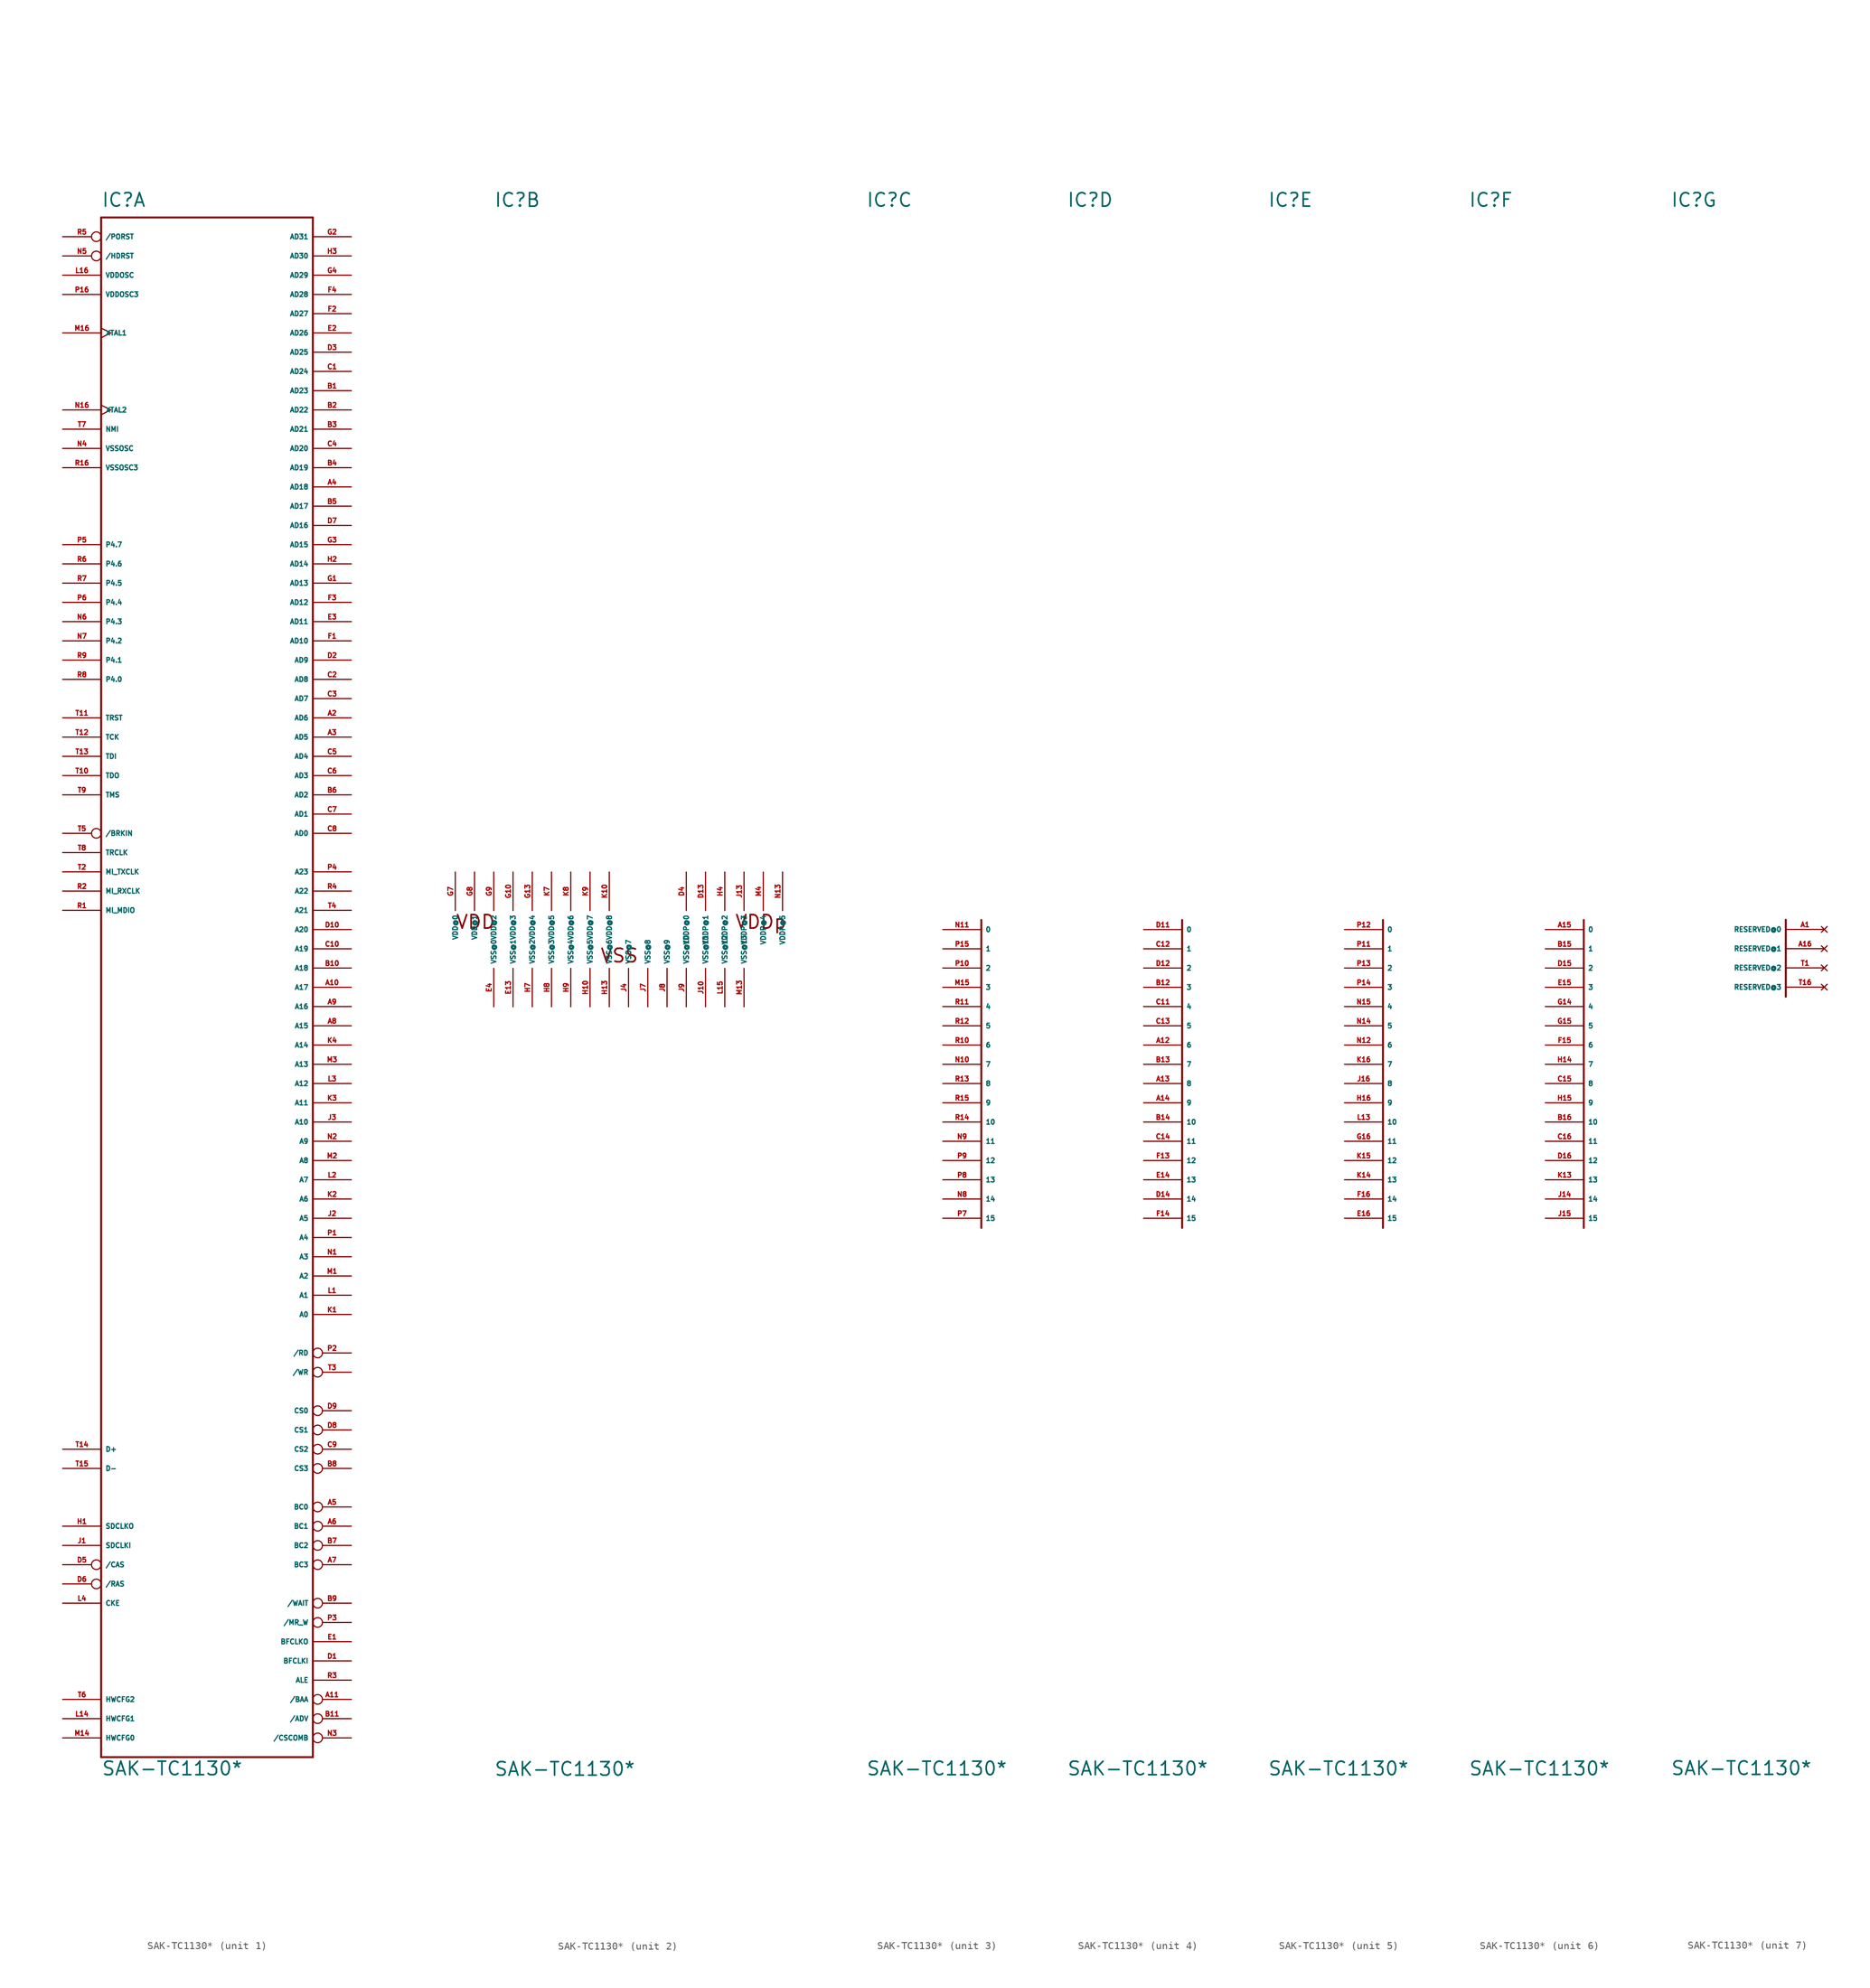
<source format=kicad_sym>
(kicad_symbol_lib
  (version 20220914)
  (generator Eagle2Kicad)
  (symbol "SAK-TC1130*"
    (property "Reference" "IC"
      (at -15.24 95.25 0)
      (effects (font (size 1.778 1.778) (thickness 0.22)) (justify left bottom)))
    (property "Value" "SAK-TC1130*"
      (at -15.24 -111.76 0)
      (effects (font (size 1.778 1.778) (thickness 0.22)) (justify left bottom)))
    (symbol "SAK-TC1130*_1_0"
      (polyline (pts (xy 12.7 93.98) (xy 12.7 -109.22)) (stroke (width 0.254) (type default)) (fill (type none)))
      (polyline (pts (xy 12.7 -109.22) (xy -15.24 -109.22)) (stroke (width 0.254) (type default)) (fill (type none)))
      (polyline (pts (xy -15.24 -109.22) (xy -15.24 93.98)) (stroke (width 0.254) (type default)) (fill (type none)))
      (polyline (pts (xy -15.24 93.98) (xy 12.7 93.98)) (stroke (width 0.254) (type default)) (fill (type none)))
      (pin bidirectional line (at 17.78 12.7 180) (length 5.08) (name "AD0" (effects (font (size 0.635 0.635) (thickness 0.08)) (justify left bottom))) (number "C8" (effects (font (size 0.635 0.635) (thickness 0.08)) (justify left bottom))))
      (pin bidirectional line (at 17.78 15.24 180) (length 5.08) (name "AD1" (effects (font (size 0.635 0.635) (thickness 0.08)) (justify left bottom))) (number "C7" (effects (font (size 0.635 0.635) (thickness 0.08)) (justify left bottom))))
      (pin bidirectional line (at 17.78 17.78 180) (length 5.08) (name "AD2" (effects (font (size 0.635 0.635) (thickness 0.08)) (justify left bottom))) (number "B6" (effects (font (size 0.635 0.635) (thickness 0.08)) (justify left bottom))))
      (pin bidirectional line (at 17.78 20.32 180) (length 5.08) (name "AD3" (effects (font (size 0.635 0.635) (thickness 0.08)) (justify left bottom))) (number "C6" (effects (font (size 0.635 0.635) (thickness 0.08)) (justify left bottom))))
      (pin bidirectional line (at 17.78 22.86 180) (length 5.08) (name "AD4" (effects (font (size 0.635 0.635) (thickness 0.08)) (justify left bottom))) (number "C5" (effects (font (size 0.635 0.635) (thickness 0.08)) (justify left bottom))))
      (pin bidirectional line (at 17.78 25.4 180) (length 5.08) (name "AD5" (effects (font (size 0.635 0.635) (thickness 0.08)) (justify left bottom))) (number "A3" (effects (font (size 0.635 0.635) (thickness 0.08)) (justify left bottom))))
      (pin bidirectional line (at 17.78 27.94 180) (length 5.08) (name "AD6" (effects (font (size 0.635 0.635) (thickness 0.08)) (justify left bottom))) (number "A2" (effects (font (size 0.635 0.635) (thickness 0.08)) (justify left bottom))))
      (pin bidirectional line (at 17.78 30.48 180) (length 5.08) (name "AD7" (effects (font (size 0.635 0.635) (thickness 0.08)) (justify left bottom))) (number "C3" (effects (font (size 0.635 0.635) (thickness 0.08)) (justify left bottom))))
      (pin bidirectional line (at 17.78 33.02 180) (length 5.08) (name "AD8" (effects (font (size 0.635 0.635) (thickness 0.08)) (justify left bottom))) (number "C2" (effects (font (size 0.635 0.635) (thickness 0.08)) (justify left bottom))))
      (pin bidirectional line (at 17.78 35.56 180) (length 5.08) (name "AD9" (effects (font (size 0.635 0.635) (thickness 0.08)) (justify left bottom))) (number "D2" (effects (font (size 0.635 0.635) (thickness 0.08)) (justify left bottom))))
      (pin bidirectional line (at 17.78 38.1 180) (length 5.08) (name "AD10" (effects (font (size 0.635 0.635) (thickness 0.08)) (justify left bottom))) (number "F1" (effects (font (size 0.635 0.635) (thickness 0.08)) (justify left bottom))))
      (pin bidirectional line (at 17.78 40.64 180) (length 5.08) (name "AD11" (effects (font (size 0.635 0.635) (thickness 0.08)) (justify left bottom))) (number "E3" (effects (font (size 0.635 0.635) (thickness 0.08)) (justify left bottom))))
      (pin bidirectional line (at 17.78 43.18 180) (length 5.08) (name "AD12" (effects (font (size 0.635 0.635) (thickness 0.08)) (justify left bottom))) (number "F3" (effects (font (size 0.635 0.635) (thickness 0.08)) (justify left bottom))))
      (pin bidirectional line (at 17.78 45.72 180) (length 5.08) (name "AD13" (effects (font (size 0.635 0.635) (thickness 0.08)) (justify left bottom))) (number "G1" (effects (font (size 0.635 0.635) (thickness 0.08)) (justify left bottom))))
      (pin bidirectional line (at 17.78 48.26 180) (length 5.08) (name "AD14" (effects (font (size 0.635 0.635) (thickness 0.08)) (justify left bottom))) (number "H2" (effects (font (size 0.635 0.635) (thickness 0.08)) (justify left bottom))))
      (pin bidirectional line (at 17.78 50.8 180) (length 5.08) (name "AD15" (effects (font (size 0.635 0.635) (thickness 0.08)) (justify left bottom))) (number "G3" (effects (font (size 0.635 0.635) (thickness 0.08)) (justify left bottom))))
      (pin bidirectional line (at 17.78 53.34 180) (length 5.08) (name "AD16" (effects (font (size 0.635 0.635) (thickness 0.08)) (justify left bottom))) (number "D7" (effects (font (size 0.635 0.635) (thickness 0.08)) (justify left bottom))))
      (pin bidirectional line (at 17.78 55.88 180) (length 5.08) (name "AD17" (effects (font (size 0.635 0.635) (thickness 0.08)) (justify left bottom))) (number "B5" (effects (font (size 0.635 0.635) (thickness 0.08)) (justify left bottom))))
      (pin bidirectional line (at 17.78 58.42 180) (length 5.08) (name "AD18" (effects (font (size 0.635 0.635) (thickness 0.08)) (justify left bottom))) (number "A4" (effects (font (size 0.635 0.635) (thickness 0.08)) (justify left bottom))))
      (pin bidirectional line (at 17.78 60.96 180) (length 5.08) (name "AD19" (effects (font (size 0.635 0.635) (thickness 0.08)) (justify left bottom))) (number "B4" (effects (font (size 0.635 0.635) (thickness 0.08)) (justify left bottom))))
      (pin bidirectional line (at 17.78 63.5 180) (length 5.08) (name "AD20" (effects (font (size 0.635 0.635) (thickness 0.08)) (justify left bottom))) (number "C4" (effects (font (size 0.635 0.635) (thickness 0.08)) (justify left bottom))))
      (pin bidirectional line (at 17.78 66.04 180) (length 5.08) (name "AD21" (effects (font (size 0.635 0.635) (thickness 0.08)) (justify left bottom))) (number "B3" (effects (font (size 0.635 0.635) (thickness 0.08)) (justify left bottom))))
      (pin bidirectional line (at 17.78 68.58 180) (length 5.08) (name "AD22" (effects (font (size 0.635 0.635) (thickness 0.08)) (justify left bottom))) (number "B2" (effects (font (size 0.635 0.635) (thickness 0.08)) (justify left bottom))))
      (pin bidirectional line (at 17.78 71.12 180) (length 5.08) (name "AD23" (effects (font (size 0.635 0.635) (thickness 0.08)) (justify left bottom))) (number "B1" (effects (font (size 0.635 0.635) (thickness 0.08)) (justify left bottom))))
      (pin bidirectional line (at 17.78 73.66 180) (length 5.08) (name "AD24" (effects (font (size 0.635 0.635) (thickness 0.08)) (justify left bottom))) (number "C1" (effects (font (size 0.635 0.635) (thickness 0.08)) (justify left bottom))))
      (pin bidirectional line (at 17.78 76.2 180) (length 5.08) (name "AD25" (effects (font (size 0.635 0.635) (thickness 0.08)) (justify left bottom))) (number "D3" (effects (font (size 0.635 0.635) (thickness 0.08)) (justify left bottom))))
      (pin bidirectional line (at 17.78 78.74 180) (length 5.08) (name "AD26" (effects (font (size 0.635 0.635) (thickness 0.08)) (justify left bottom))) (number "E2" (effects (font (size 0.635 0.635) (thickness 0.08)) (justify left bottom))))
      (pin bidirectional line (at 17.78 81.28 180) (length 5.08) (name "AD27" (effects (font (size 0.635 0.635) (thickness 0.08)) (justify left bottom))) (number "F2" (effects (font (size 0.635 0.635) (thickness 0.08)) (justify left bottom))))
      (pin bidirectional line (at 17.78 83.82 180) (length 5.08) (name "AD28" (effects (font (size 0.635 0.635) (thickness 0.08)) (justify left bottom))) (number "F4" (effects (font (size 0.635 0.635) (thickness 0.08)) (justify left bottom))))
      (pin bidirectional line (at 17.78 86.36 180) (length 5.08) (name "AD29" (effects (font (size 0.635 0.635) (thickness 0.08)) (justify left bottom))) (number "G4" (effects (font (size 0.635 0.635) (thickness 0.08)) (justify left bottom))))
      (pin bidirectional line (at 17.78 88.9 180) (length 5.08) (name "AD30" (effects (font (size 0.635 0.635) (thickness 0.08)) (justify left bottom))) (number "H3" (effects (font (size 0.635 0.635) (thickness 0.08)) (justify left bottom))))
      (pin bidirectional line (at 17.78 91.44 180) (length 5.08) (name "AD31" (effects (font (size 0.635 0.635) (thickness 0.08)) (justify left bottom))) (number "G2" (effects (font (size 0.635 0.635) (thickness 0.08)) (justify left bottom))))
      (pin bidirectional line (at 17.78 -50.8 180) (length 5.08) (name "A0" (effects (font (size 0.635 0.635) (thickness 0.08)) (justify left bottom))) (number "K1" (effects (font (size 0.635 0.635) (thickness 0.08)) (justify left bottom))))
      (pin bidirectional line (at 17.78 -48.26 180) (length 5.08) (name "A1" (effects (font (size 0.635 0.635) (thickness 0.08)) (justify left bottom))) (number "L1" (effects (font (size 0.635 0.635) (thickness 0.08)) (justify left bottom))))
      (pin bidirectional line (at 17.78 -45.72 180) (length 5.08) (name "A2" (effects (font (size 0.635 0.635) (thickness 0.08)) (justify left bottom))) (number "M1" (effects (font (size 0.635 0.635) (thickness 0.08)) (justify left bottom))))
      (pin bidirectional line (at 17.78 -43.18 180) (length 5.08) (name "A3" (effects (font (size 0.635 0.635) (thickness 0.08)) (justify left bottom))) (number "N1" (effects (font (size 0.635 0.635) (thickness 0.08)) (justify left bottom))))
      (pin bidirectional line (at 17.78 -40.64 180) (length 5.08) (name "A4" (effects (font (size 0.635 0.635) (thickness 0.08)) (justify left bottom))) (number "P1" (effects (font (size 0.635 0.635) (thickness 0.08)) (justify left bottom))))
      (pin bidirectional line (at 17.78 -38.1 180) (length 5.08) (name "A5" (effects (font (size 0.635 0.635) (thickness 0.08)) (justify left bottom))) (number "J2" (effects (font (size 0.635 0.635) (thickness 0.08)) (justify left bottom))))
      (pin bidirectional line (at 17.78 -35.56 180) (length 5.08) (name "A6" (effects (font (size 0.635 0.635) (thickness 0.08)) (justify left bottom))) (number "K2" (effects (font (size 0.635 0.635) (thickness 0.08)) (justify left bottom))))
      (pin bidirectional line (at 17.78 -33.02 180) (length 5.08) (name "A7" (effects (font (size 0.635 0.635) (thickness 0.08)) (justify left bottom))) (number "L2" (effects (font (size 0.635 0.635) (thickness 0.08)) (justify left bottom))))
      (pin bidirectional line (at 17.78 -30.48 180) (length 5.08) (name "A8" (effects (font (size 0.635 0.635) (thickness 0.08)) (justify left bottom))) (number "M2" (effects (font (size 0.635 0.635) (thickness 0.08)) (justify left bottom))))
      (pin bidirectional line (at 17.78 -27.94 180) (length 5.08) (name "A9" (effects (font (size 0.635 0.635) (thickness 0.08)) (justify left bottom))) (number "N2" (effects (font (size 0.635 0.635) (thickness 0.08)) (justify left bottom))))
      (pin bidirectional line (at 17.78 -25.4 180) (length 5.08) (name "A10" (effects (font (size 0.635 0.635) (thickness 0.08)) (justify left bottom))) (number "J3" (effects (font (size 0.635 0.635) (thickness 0.08)) (justify left bottom))))
      (pin bidirectional line (at 17.78 -22.86 180) (length 5.08) (name "A11" (effects (font (size 0.635 0.635) (thickness 0.08)) (justify left bottom))) (number "K3" (effects (font (size 0.635 0.635) (thickness 0.08)) (justify left bottom))))
      (pin bidirectional line (at 17.78 -20.32 180) (length 5.08) (name "A12" (effects (font (size 0.635 0.635) (thickness 0.08)) (justify left bottom))) (number "L3" (effects (font (size 0.635 0.635) (thickness 0.08)) (justify left bottom))))
      (pin bidirectional line (at 17.78 -17.78 180) (length 5.08) (name "A13" (effects (font (size 0.635 0.635) (thickness 0.08)) (justify left bottom))) (number "M3" (effects (font (size 0.635 0.635) (thickness 0.08)) (justify left bottom))))
      (pin bidirectional line (at 17.78 -15.24 180) (length 5.08) (name "A14" (effects (font (size 0.635 0.635) (thickness 0.08)) (justify left bottom))) (number "K4" (effects (font (size 0.635 0.635) (thickness 0.08)) (justify left bottom))))
      (pin bidirectional line (at 17.78 -12.7 180) (length 5.08) (name "A15" (effects (font (size 0.635 0.635) (thickness 0.08)) (justify left bottom))) (number "A8" (effects (font (size 0.635 0.635) (thickness 0.08)) (justify left bottom))))
      (pin bidirectional line (at 17.78 -10.16 180) (length 5.08) (name "A16" (effects (font (size 0.635 0.635) (thickness 0.08)) (justify left bottom))) (number "A9" (effects (font (size 0.635 0.635) (thickness 0.08)) (justify left bottom))))
      (pin bidirectional line (at 17.78 -7.62 180) (length 5.08) (name "A17" (effects (font (size 0.635 0.635) (thickness 0.08)) (justify left bottom))) (number "A10" (effects (font (size 0.635 0.635) (thickness 0.08)) (justify left bottom))))
      (pin bidirectional line (at 17.78 -5.08 180) (length 5.08) (name "A18" (effects (font (size 0.635 0.635) (thickness 0.08)) (justify left bottom))) (number "B10" (effects (font (size 0.635 0.635) (thickness 0.08)) (justify left bottom))))
      (pin bidirectional line (at 17.78 -2.54 180) (length 5.08) (name "A19" (effects (font (size 0.635 0.635) (thickness 0.08)) (justify left bottom))) (number "C10" (effects (font (size 0.635 0.635) (thickness 0.08)) (justify left bottom))))
      (pin bidirectional line (at 17.78 0 180) (length 5.08) (name "A20" (effects (font (size 0.635 0.635) (thickness 0.08)) (justify left bottom))) (number "D10" (effects (font (size 0.635 0.635) (thickness 0.08)) (justify left bottom))))
      (pin bidirectional line (at 17.78 2.54 180) (length 5.08) (name "A21" (effects (font (size 0.635 0.635) (thickness 0.08)) (justify left bottom))) (number "T4" (effects (font (size 0.635 0.635) (thickness 0.08)) (justify left bottom))))
      (pin bidirectional line (at 17.78 5.08 180) (length 5.08) (name "A22" (effects (font (size 0.635 0.635) (thickness 0.08)) (justify left bottom))) (number "R4" (effects (font (size 0.635 0.635) (thickness 0.08)) (justify left bottom))))
      (pin bidirectional line (at 17.78 7.62 180) (length 5.08) (name "A23" (effects (font (size 0.635 0.635) (thickness 0.08)) (justify left bottom))) (number "P4" (effects (font (size 0.635 0.635) (thickness 0.08)) (justify left bottom))))
      (pin bidirectional clock (at -20.32 78.74 0) (length 5.08) (name "XTAL1" (effects (font (size 0.635 0.635) (thickness 0.08)) (justify left bottom))) (number "M16" (effects (font (size 0.635 0.635) (thickness 0.08)) (justify left bottom))))
      (pin bidirectional clock (at -20.32 68.58 0) (length 5.08) (name "XTAL2" (effects (font (size 0.635 0.635) (thickness 0.08)) (justify left bottom))) (number "N16" (effects (font (size 0.635 0.635) (thickness 0.08)) (justify left bottom))))
      (pin bidirectional line (at -20.32 66.04 0) (length 5.08) (name "NMI" (effects (font (size 0.635 0.635) (thickness 0.08)) (justify left bottom))) (number "T7" (effects (font (size 0.635 0.635) (thickness 0.08)) (justify left bottom))))
      (pin bidirectional inverted (at 17.78 -55.88 180) (length 5.08) (name "/RD" (effects (font (size 0.635 0.635) (thickness 0.08)) (justify left bottom))) (number "P2" (effects (font (size 0.635 0.635) (thickness 0.08)) (justify left bottom))))
      (pin bidirectional inverted (at 17.78 -58.42 180) (length 5.08) (name "/WR" (effects (font (size 0.635 0.635) (thickness 0.08)) (justify left bottom))) (number "T3" (effects (font (size 0.635 0.635) (thickness 0.08)) (justify left bottom))))
      (pin bidirectional inverted (at 17.78 -63.5 180) (length 5.08) (name "CS0" (effects (font (size 0.635 0.635) (thickness 0.08)) (justify left bottom))) (number "D9" (effects (font (size 0.635 0.635) (thickness 0.08)) (justify left bottom))))
      (pin bidirectional inverted (at 17.78 -66.04 180) (length 5.08) (name "CS1" (effects (font (size 0.635 0.635) (thickness 0.08)) (justify left bottom))) (number "D8" (effects (font (size 0.635 0.635) (thickness 0.08)) (justify left bottom))))
      (pin bidirectional inverted (at 17.78 -68.58 180) (length 5.08) (name "CS2" (effects (font (size 0.635 0.635) (thickness 0.08)) (justify left bottom))) (number "C9" (effects (font (size 0.635 0.635) (thickness 0.08)) (justify left bottom))))
      (pin bidirectional inverted (at 17.78 -71.12 180) (length 5.08) (name "CS3" (effects (font (size 0.635 0.635) (thickness 0.08)) (justify left bottom))) (number "B8" (effects (font (size 0.635 0.635) (thickness 0.08)) (justify left bottom))))
      (pin bidirectional inverted (at 17.78 -76.2 180) (length 5.08) (name "BC0" (effects (font (size 0.635 0.635) (thickness 0.08)) (justify left bottom))) (number "A5" (effects (font (size 0.635 0.635) (thickness 0.08)) (justify left bottom))))
      (pin bidirectional inverted (at 17.78 -78.74 180) (length 5.08) (name "BC1" (effects (font (size 0.635 0.635) (thickness 0.08)) (justify left bottom))) (number "A6" (effects (font (size 0.635 0.635) (thickness 0.08)) (justify left bottom))))
      (pin bidirectional inverted (at 17.78 -81.28 180) (length 5.08) (name "BC2" (effects (font (size 0.635 0.635) (thickness 0.08)) (justify left bottom))) (number "B7" (effects (font (size 0.635 0.635) (thickness 0.08)) (justify left bottom))))
      (pin bidirectional inverted (at 17.78 -83.82 180) (length 5.08) (name "BC3" (effects (font (size 0.635 0.635) (thickness 0.08)) (justify left bottom))) (number "A7" (effects (font (size 0.635 0.635) (thickness 0.08)) (justify left bottom))))
      (pin bidirectional inverted (at -20.32 91.44 0) (length 5.08) (name "/PORST" (effects (font (size 0.635 0.635) (thickness 0.08)) (justify left bottom))) (number "R5" (effects (font (size 0.635 0.635) (thickness 0.08)) (justify left bottom))))
      (pin bidirectional inverted (at -20.32 88.9 0) (length 5.08) (name "/HDRST" (effects (font (size 0.635 0.635) (thickness 0.08)) (justify left bottom))) (number "N5" (effects (font (size 0.635 0.635) (thickness 0.08)) (justify left bottom))))
      (pin bidirectional line (at -20.32 -106.68 0) (length 5.08) (name "HWCFG0" (effects (font (size 0.635 0.635) (thickness 0.08)) (justify left bottom))) (number "M14" (effects (font (size 0.635 0.635) (thickness 0.08)) (justify left bottom))))
      (pin bidirectional line (at -20.32 -104.14 0) (length 5.08) (name "HWCFG1" (effects (font (size 0.635 0.635) (thickness 0.08)) (justify left bottom))) (number "L14" (effects (font (size 0.635 0.635) (thickness 0.08)) (justify left bottom))))
      (pin bidirectional line (at -20.32 -101.6 0) (length 5.08) (name "HWCFG2" (effects (font (size 0.635 0.635) (thickness 0.08)) (justify left bottom))) (number "T6" (effects (font (size 0.635 0.635) (thickness 0.08)) (justify left bottom))))
      (pin bidirectional line (at -20.32 33.02 0) (length 5.08) (name "P4.0" (effects (font (size 0.635 0.635) (thickness 0.08)) (justify left bottom))) (number "R8" (effects (font (size 0.635 0.635) (thickness 0.08)) (justify left bottom))))
      (pin bidirectional line (at -20.32 35.56 0) (length 5.08) (name "P4.1" (effects (font (size 0.635 0.635) (thickness 0.08)) (justify left bottom))) (number "R9" (effects (font (size 0.635 0.635) (thickness 0.08)) (justify left bottom))))
      (pin bidirectional line (at -20.32 38.1 0) (length 5.08) (name "P4.2" (effects (font (size 0.635 0.635) (thickness 0.08)) (justify left bottom))) (number "N7" (effects (font (size 0.635 0.635) (thickness 0.08)) (justify left bottom))))
      (pin bidirectional line (at -20.32 40.64 0) (length 5.08) (name "P4.3" (effects (font (size 0.635 0.635) (thickness 0.08)) (justify left bottom))) (number "N6" (effects (font (size 0.635 0.635) (thickness 0.08)) (justify left bottom))))
      (pin bidirectional line (at -20.32 43.18 0) (length 5.08) (name "P4.4" (effects (font (size 0.635 0.635) (thickness 0.08)) (justify left bottom))) (number "P6" (effects (font (size 0.635 0.635) (thickness 0.08)) (justify left bottom))))
      (pin bidirectional line (at -20.32 45.72 0) (length 5.08) (name "P4.5" (effects (font (size 0.635 0.635) (thickness 0.08)) (justify left bottom))) (number "R7" (effects (font (size 0.635 0.635) (thickness 0.08)) (justify left bottom))))
      (pin bidirectional line (at -20.32 48.26 0) (length 5.08) (name "P4.6" (effects (font (size 0.635 0.635) (thickness 0.08)) (justify left bottom))) (number "R6" (effects (font (size 0.635 0.635) (thickness 0.08)) (justify left bottom))))
      (pin bidirectional line (at -20.32 50.8 0) (length 5.08) (name "P4.7" (effects (font (size 0.635 0.635) (thickness 0.08)) (justify left bottom))) (number "P5" (effects (font (size 0.635 0.635) (thickness 0.08)) (justify left bottom))))
      (pin bidirectional line (at -20.32 86.36 0) (length 5.08) (name "VDDOSC" (effects (font (size 0.635 0.635) (thickness 0.08)) (justify left bottom))) (number "L16" (effects (font (size 0.635 0.635) (thickness 0.08)) (justify left bottom))))
      (pin bidirectional line (at -20.32 83.82 0) (length 5.08) (name "VDDOSC3" (effects (font (size 0.635 0.635) (thickness 0.08)) (justify left bottom))) (number "P16" (effects (font (size 0.635 0.635) (thickness 0.08)) (justify left bottom))))
      (pin bidirectional line (at -20.32 60.96 0) (length 5.08) (name "VSSOSC3" (effects (font (size 0.635 0.635) (thickness 0.08)) (justify left bottom))) (number "R16" (effects (font (size 0.635 0.635) (thickness 0.08)) (justify left bottom))))
      (pin bidirectional line (at -20.32 63.5 0) (length 5.08) (name "VSSOSC" (effects (font (size 0.635 0.635) (thickness 0.08)) (justify left bottom))) (number "N4" (effects (font (size 0.635 0.635) (thickness 0.08)) (justify left bottom))))
      (pin bidirectional inverted (at 17.78 -88.9 180) (length 5.08) (name "/WAIT" (effects (font (size 0.635 0.635) (thickness 0.08)) (justify left bottom))) (number "B9" (effects (font (size 0.635 0.635) (thickness 0.08)) (justify left bottom))))
      (pin bidirectional inverted (at 17.78 -91.44 180) (length 5.08) (name "/MR_W" (effects (font (size 0.635 0.635) (thickness 0.08)) (justify left bottom))) (number "P3" (effects (font (size 0.635 0.635) (thickness 0.08)) (justify left bottom))))
      (pin bidirectional line (at 17.78 -96.52 180) (length 5.08) (name "BFCLKI" (effects (font (size 0.635 0.635) (thickness 0.08)) (justify left bottom))) (number "D1" (effects (font (size 0.635 0.635) (thickness 0.08)) (justify left bottom))))
      (pin bidirectional line (at 17.78 -93.98 180) (length 5.08) (name "BFCLKO" (effects (font (size 0.635 0.635) (thickness 0.08)) (justify left bottom))) (number "E1" (effects (font (size 0.635 0.635) (thickness 0.08)) (justify left bottom))))
      (pin bidirectional line (at 17.78 -99.06 180) (length 5.08) (name "ALE" (effects (font (size 0.635 0.635) (thickness 0.08)) (justify left bottom))) (number "R3" (effects (font (size 0.635 0.635) (thickness 0.08)) (justify left bottom))))
      (pin bidirectional inverted (at 17.78 -101.6 180) (length 5.08) (name "/BAA" (effects (font (size 0.635 0.635) (thickness 0.08)) (justify left bottom))) (number "A11" (effects (font (size 0.635 0.635) (thickness 0.08)) (justify left bottom))))
      (pin bidirectional inverted (at 17.78 -104.14 180) (length 5.08) (name "/ADV" (effects (font (size 0.635 0.635) (thickness 0.08)) (justify left bottom))) (number "B11" (effects (font (size 0.635 0.635) (thickness 0.08)) (justify left bottom))))
      (pin bidirectional inverted (at 17.78 -106.68 180) (length 5.08) (name "/CSCOMB" (effects (font (size 0.635 0.635) (thickness 0.08)) (justify left bottom))) (number "N3" (effects (font (size 0.635 0.635) (thickness 0.08)) (justify left bottom))))
      (pin bidirectional line (at -20.32 -88.9 0) (length 5.08) (name "CKE" (effects (font (size 0.635 0.635) (thickness 0.08)) (justify left bottom))) (number "L4" (effects (font (size 0.635 0.635) (thickness 0.08)) (justify left bottom))))
      (pin bidirectional inverted (at -20.32 -86.36 0) (length 5.08) (name "/RAS" (effects (font (size 0.635 0.635) (thickness 0.08)) (justify left bottom))) (number "D6" (effects (font (size 0.635 0.635) (thickness 0.08)) (justify left bottom))))
      (pin bidirectional inverted (at -20.32 -83.82 0) (length 5.08) (name "/CAS" (effects (font (size 0.635 0.635) (thickness 0.08)) (justify left bottom))) (number "D5" (effects (font (size 0.635 0.635) (thickness 0.08)) (justify left bottom))))
      (pin bidirectional line (at -20.32 -81.28 0) (length 5.08) (name "SDCLKI" (effects (font (size 0.635 0.635) (thickness 0.08)) (justify left bottom))) (number "J1" (effects (font (size 0.635 0.635) (thickness 0.08)) (justify left bottom))))
      (pin bidirectional line (at -20.32 -78.74 0) (length 5.08) (name "SDCLKO" (effects (font (size 0.635 0.635) (thickness 0.08)) (justify left bottom))) (number "H1" (effects (font (size 0.635 0.635) (thickness 0.08)) (justify left bottom))))
      (pin bidirectional line (at -20.32 -68.58 0) (length 5.08) (name "D+" (effects (font (size 0.635 0.635) (thickness 0.08)) (justify left bottom))) (number "T14" (effects (font (size 0.635 0.635) (thickness 0.08)) (justify left bottom))))
      (pin bidirectional line (at -20.32 -71.12 0) (length 5.08) (name "D-" (effects (font (size 0.635 0.635) (thickness 0.08)) (justify left bottom))) (number "T15" (effects (font (size 0.635 0.635) (thickness 0.08)) (justify left bottom))))
      (pin bidirectional line (at -20.32 27.94 0) (length 5.08) (name "TRST" (effects (font (size 0.635 0.635) (thickness 0.08)) (justify left bottom))) (number "T11" (effects (font (size 0.635 0.635) (thickness 0.08)) (justify left bottom))))
      (pin bidirectional line (at -20.32 25.4 0) (length 5.08) (name "TCK" (effects (font (size 0.635 0.635) (thickness 0.08)) (justify left bottom))) (number "T12" (effects (font (size 0.635 0.635) (thickness 0.08)) (justify left bottom))))
      (pin bidirectional line (at -20.32 22.86 0) (length 5.08) (name "TDI" (effects (font (size 0.635 0.635) (thickness 0.08)) (justify left bottom))) (number "T13" (effects (font (size 0.635 0.635) (thickness 0.08)) (justify left bottom))))
      (pin bidirectional line (at -20.32 20.32 0) (length 5.08) (name "TDO" (effects (font (size 0.635 0.635) (thickness 0.08)) (justify left bottom))) (number "T10" (effects (font (size 0.635 0.635) (thickness 0.08)) (justify left bottom))))
      (pin bidirectional line (at -20.32 17.78 0) (length 5.08) (name "TMS" (effects (font (size 0.635 0.635) (thickness 0.08)) (justify left bottom))) (number "T9" (effects (font (size 0.635 0.635) (thickness 0.08)) (justify left bottom))))
      (pin bidirectional inverted (at -20.32 12.7 0) (length 5.08) (name "/BRKIN" (effects (font (size 0.635 0.635) (thickness 0.08)) (justify left bottom))) (number "T5" (effects (font (size 0.635 0.635) (thickness 0.08)) (justify left bottom))))
      (pin bidirectional line (at -20.32 10.16 0) (length 5.08) (name "TRCLK" (effects (font (size 0.635 0.635) (thickness 0.08)) (justify left bottom))) (number "T8" (effects (font (size 0.635 0.635) (thickness 0.08)) (justify left bottom))))
      (pin bidirectional line (at -20.32 7.62 0) (length 5.08) (name "MI_TXCLK" (effects (font (size 0.635 0.635) (thickness 0.08)) (justify left bottom))) (number "T2" (effects (font (size 0.635 0.635) (thickness 0.08)) (justify left bottom))))
      (pin bidirectional line (at -20.32 5.08 0) (length 5.08) (name "MI_RXCLK" (effects (font (size 0.635 0.635) (thickness 0.08)) (justify left bottom))) (number "R2" (effects (font (size 0.635 0.635) (thickness 0.08)) (justify left bottom))))
      (pin bidirectional line (at -20.32 2.54 0) (length 5.08) (name "MI_MDIO" (effects (font (size 0.635 0.635) (thickness 0.08)) (justify left bottom))) (number "R1" (effects (font (size 0.635 0.635) (thickness 0.08)) (justify left bottom)))))
    (symbol "SAK-TC1130*_2_0"
      (text "VDD" (at -20.32 0 0) (effects (font (size 1.778 1.778) (thickness 0.22)) (justify left bottom)))
      (text "VSS" (at -1.27 -4.445 0) (effects (font (size 1.778 1.778) (thickness 0.22)) (justify left bottom)))
      (text "VDDp" (at 16.51 0 0) (effects (font (size 1.778 1.778) (thickness 0.22)) (justify left bottom)))
      (pin unspecified line (at -15.24 -10.16 90) (length 5.08) (name "VSS@0" (effects (font (size 0.635 0.635) (thickness 0.08)) (justify left bottom))) (number "E4" (effects (font (size 0.635 0.635) (thickness 0.08)) (justify left bottom))))
      (pin unspecified line (at -12.7 -10.16 90) (length 5.08) (name "VSS@1" (effects (font (size 0.635 0.635) (thickness 0.08)) (justify left bottom))) (number "E13" (effects (font (size 0.635 0.635) (thickness 0.08)) (justify left bottom))))
      (pin unspecified line (at -10.16 -10.16 90) (length 5.08) (name "VSS@2" (effects (font (size 0.635 0.635) (thickness 0.08)) (justify left bottom))) (number "H7" (effects (font (size 0.635 0.635) (thickness 0.08)) (justify left bottom))))
      (pin unspecified line (at -7.62 -10.16 90) (length 5.08) (name "VSS@3" (effects (font (size 0.635 0.635) (thickness 0.08)) (justify left bottom))) (number "H8" (effects (font (size 0.635 0.635) (thickness 0.08)) (justify left bottom))))
      (pin unspecified line (at -5.08 -10.16 90) (length 5.08) (name "VSS@4" (effects (font (size 0.635 0.635) (thickness 0.08)) (justify left bottom))) (number "H9" (effects (font (size 0.635 0.635) (thickness 0.08)) (justify left bottom))))
      (pin unspecified line (at -2.54 -10.16 90) (length 5.08) (name "VSS@5" (effects (font (size 0.635 0.635) (thickness 0.08)) (justify left bottom))) (number "H10" (effects (font (size 0.635 0.635) (thickness 0.08)) (justify left bottom))))
      (pin unspecified line (at 0 -10.16 90) (length 5.08) (name "VSS@6" (effects (font (size 0.635 0.635) (thickness 0.08)) (justify left bottom))) (number "H13" (effects (font (size 0.635 0.635) (thickness 0.08)) (justify left bottom))))
      (pin unspecified line (at 2.54 -10.16 90) (length 5.08) (name "VSS@7" (effects (font (size 0.635 0.635) (thickness 0.08)) (justify left bottom))) (number "J4" (effects (font (size 0.635 0.635) (thickness 0.08)) (justify left bottom))))
      (pin unspecified line (at 5.08 -10.16 90) (length 5.08) (name "VSS@8" (effects (font (size 0.635 0.635) (thickness 0.08)) (justify left bottom))) (number "J7" (effects (font (size 0.635 0.635) (thickness 0.08)) (justify left bottom))))
      (pin unspecified line (at 7.62 -10.16 90) (length 5.08) (name "VSS@9" (effects (font (size 0.635 0.635) (thickness 0.08)) (justify left bottom))) (number "J8" (effects (font (size 0.635 0.635) (thickness 0.08)) (justify left bottom))))
      (pin unspecified line (at 10.16 -10.16 90) (length 5.08) (name "VSS@10" (effects (font (size 0.635 0.635) (thickness 0.08)) (justify left bottom))) (number "J9" (effects (font (size 0.635 0.635) (thickness 0.08)) (justify left bottom))))
      (pin unspecified line (at 12.7 -10.16 90) (length 5.08) (name "VSS@11" (effects (font (size 0.635 0.635) (thickness 0.08)) (justify left bottom))) (number "J10" (effects (font (size 0.635 0.635) (thickness 0.08)) (justify left bottom))))
      (pin unspecified line (at 15.24 -10.16 90) (length 5.08) (name "VSS@12" (effects (font (size 0.635 0.635) (thickness 0.08)) (justify left bottom))) (number "L15" (effects (font (size 0.635 0.635) (thickness 0.08)) (justify left bottom))))
      (pin unspecified line (at 17.78 -10.16 90) (length 5.08) (name "VSS@13" (effects (font (size 0.635 0.635) (thickness 0.08)) (justify left bottom))) (number "M13" (effects (font (size 0.635 0.635) (thickness 0.08)) (justify left bottom))))
      (pin unspecified line (at -20.32 7.62 270) (length 5.08) (name "VDD@0" (effects (font (size 0.635 0.635) (thickness 0.08)) (justify left bottom))) (number "G7" (effects (font (size 0.635 0.635) (thickness 0.08)) (justify left bottom))))
      (pin unspecified line (at -17.78 7.62 270) (length 5.08) (name "VDD@1" (effects (font (size 0.635 0.635) (thickness 0.08)) (justify left bottom))) (number "G8" (effects (font (size 0.635 0.635) (thickness 0.08)) (justify left bottom))))
      (pin unspecified line (at -15.24 7.62 270) (length 5.08) (name "VDD@2" (effects (font (size 0.635 0.635) (thickness 0.08)) (justify left bottom))) (number "G9" (effects (font (size 0.635 0.635) (thickness 0.08)) (justify left bottom))))
      (pin unspecified line (at -12.7 7.62 270) (length 5.08) (name "VDD@3" (effects (font (size 0.635 0.635) (thickness 0.08)) (justify left bottom))) (number "G10" (effects (font (size 0.635 0.635) (thickness 0.08)) (justify left bottom))))
      (pin unspecified line (at -10.16 7.62 270) (length 5.08) (name "VDD@4" (effects (font (size 0.635 0.635) (thickness 0.08)) (justify left bottom))) (number "G13" (effects (font (size 0.635 0.635) (thickness 0.08)) (justify left bottom))))
      (pin unspecified line (at -7.62 7.62 270) (length 5.08) (name "VDD@5" (effects (font (size 0.635 0.635) (thickness 0.08)) (justify left bottom))) (number "K7" (effects (font (size 0.635 0.635) (thickness 0.08)) (justify left bottom))))
      (pin unspecified line (at -5.08 7.62 270) (length 5.08) (name "VDD@6" (effects (font (size 0.635 0.635) (thickness 0.08)) (justify left bottom))) (number "K8" (effects (font (size 0.635 0.635) (thickness 0.08)) (justify left bottom))))
      (pin unspecified line (at -2.54 7.62 270) (length 5.08) (name "VDD@7" (effects (font (size 0.635 0.635) (thickness 0.08)) (justify left bottom))) (number "K9" (effects (font (size 0.635 0.635) (thickness 0.08)) (justify left bottom))))
      (pin unspecified line (at 0 7.62 270) (length 5.08) (name "VDD@8" (effects (font (size 0.635 0.635) (thickness 0.08)) (justify left bottom))) (number "K10" (effects (font (size 0.635 0.635) (thickness 0.08)) (justify left bottom))))
      (pin unspecified line (at 10.16 7.62 270) (length 5.08) (name "VDDP@0" (effects (font (size 0.635 0.635) (thickness 0.08)) (justify left bottom))) (number "D4" (effects (font (size 0.635 0.635) (thickness 0.08)) (justify left bottom))))
      (pin unspecified line (at 12.7 7.62 270) (length 5.08) (name "VDDP@1" (effects (font (size 0.635 0.635) (thickness 0.08)) (justify left bottom))) (number "D13" (effects (font (size 0.635 0.635) (thickness 0.08)) (justify left bottom))))
      (pin unspecified line (at 15.24 7.62 270) (length 5.08) (name "VDDP@2" (effects (font (size 0.635 0.635) (thickness 0.08)) (justify left bottom))) (number "H4" (effects (font (size 0.635 0.635) (thickness 0.08)) (justify left bottom))))
      (pin unspecified line (at 17.78 7.62 270) (length 5.08) (name "VDDP@3" (effects (font (size 0.635 0.635) (thickness 0.08)) (justify left bottom))) (number "J13" (effects (font (size 0.635 0.635) (thickness 0.08)) (justify left bottom))))
      (pin unspecified line (at 20.32 7.62 270) (length 5.08) (name "VDDP@4" (effects (font (size 0.635 0.635) (thickness 0.08)) (justify left bottom))) (number "M4" (effects (font (size 0.635 0.635) (thickness 0.08)) (justify left bottom))))
      (pin unspecified line (at 22.86 7.62 270) (length 5.08) (name "VDDP@5" (effects (font (size 0.635 0.635) (thickness 0.08)) (justify left bottom))) (number "N13" (effects (font (size 0.635 0.635) (thickness 0.08)) (justify left bottom)))))
    (symbol "SAK-TC1130*_3_0"
      (polyline (pts (xy 0 1.27) (xy 0 -39.37)) (stroke (width 0.254) (type default)) (fill (type none)))
      (pin input line (at -5.08 0 0) (length 5.08) (name "0" (effects (font (size 0.635 0.635) (thickness 0.08)) (justify left bottom))) (number "N11" (effects (font (size 0.635 0.635) (thickness 0.08)) (justify left bottom))))
      (pin input line (at -5.08 -2.54 0) (length 5.08) (name "1" (effects (font (size 0.635 0.635) (thickness 0.08)) (justify left bottom))) (number "P15" (effects (font (size 0.635 0.635) (thickness 0.08)) (justify left bottom))))
      (pin input line (at -5.08 -5.08 0) (length 5.08) (name "2" (effects (font (size 0.635 0.635) (thickness 0.08)) (justify left bottom))) (number "P10" (effects (font (size 0.635 0.635) (thickness 0.08)) (justify left bottom))))
      (pin input line (at -5.08 -7.62 0) (length 5.08) (name "3" (effects (font (size 0.635 0.635) (thickness 0.08)) (justify left bottom))) (number "M15" (effects (font (size 0.635 0.635) (thickness 0.08)) (justify left bottom))))
      (pin input line (at -5.08 -10.16 0) (length 5.08) (name "4" (effects (font (size 0.635 0.635) (thickness 0.08)) (justify left bottom))) (number "R11" (effects (font (size 0.635 0.635) (thickness 0.08)) (justify left bottom))))
      (pin input line (at -5.08 -12.7 0) (length 5.08) (name "5" (effects (font (size 0.635 0.635) (thickness 0.08)) (justify left bottom))) (number "R12" (effects (font (size 0.635 0.635) (thickness 0.08)) (justify left bottom))))
      (pin input line (at -5.08 -15.24 0) (length 5.08) (name "6" (effects (font (size 0.635 0.635) (thickness 0.08)) (justify left bottom))) (number "R10" (effects (font (size 0.635 0.635) (thickness 0.08)) (justify left bottom))))
      (pin input line (at -5.08 -17.78 0) (length 5.08) (name "7" (effects (font (size 0.635 0.635) (thickness 0.08)) (justify left bottom))) (number "N10" (effects (font (size 0.635 0.635) (thickness 0.08)) (justify left bottom))))
      (pin input line (at -5.08 -20.32 0) (length 5.08) (name "8" (effects (font (size 0.635 0.635) (thickness 0.08)) (justify left bottom))) (number "R13" (effects (font (size 0.635 0.635) (thickness 0.08)) (justify left bottom))))
      (pin input line (at -5.08 -22.86 0) (length 5.08) (name "9" (effects (font (size 0.635 0.635) (thickness 0.08)) (justify left bottom))) (number "R15" (effects (font (size 0.635 0.635) (thickness 0.08)) (justify left bottom))))
      (pin input line (at -5.08 -25.4 0) (length 5.08) (name "10" (effects (font (size 0.635 0.635) (thickness 0.08)) (justify left bottom))) (number "R14" (effects (font (size 0.635 0.635) (thickness 0.08)) (justify left bottom))))
      (pin input line (at -5.08 -27.94 0) (length 5.08) (name "11" (effects (font (size 0.635 0.635) (thickness 0.08)) (justify left bottom))) (number "N9" (effects (font (size 0.635 0.635) (thickness 0.08)) (justify left bottom))))
      (pin input line (at -5.08 -30.48 0) (length 5.08) (name "12" (effects (font (size 0.635 0.635) (thickness 0.08)) (justify left bottom))) (number "P9" (effects (font (size 0.635 0.635) (thickness 0.08)) (justify left bottom))))
      (pin input line (at -5.08 -33.02 0) (length 5.08) (name "13" (effects (font (size 0.635 0.635) (thickness 0.08)) (justify left bottom))) (number "P8" (effects (font (size 0.635 0.635) (thickness 0.08)) (justify left bottom))))
      (pin input line (at -5.08 -35.56 0) (length 5.08) (name "14" (effects (font (size 0.635 0.635) (thickness 0.08)) (justify left bottom))) (number "N8" (effects (font (size 0.635 0.635) (thickness 0.08)) (justify left bottom))))
      (pin input line (at -5.08 -38.1 0) (length 5.08) (name "15" (effects (font (size 0.635 0.635) (thickness 0.08)) (justify left bottom))) (number "P7" (effects (font (size 0.635 0.635) (thickness 0.08)) (justify left bottom)))))
    (symbol "SAK-TC1130*_4_0"
      (polyline (pts (xy 0 1.27) (xy 0 -39.37)) (stroke (width 0.254) (type default)) (fill (type none)))
      (pin input line (at -5.08 0 0) (length 5.08) (name "0" (effects (font (size 0.635 0.635) (thickness 0.08)) (justify left bottom))) (number "D11" (effects (font (size 0.635 0.635) (thickness 0.08)) (justify left bottom))))
      (pin input line (at -5.08 -2.54 0) (length 5.08) (name "1" (effects (font (size 0.635 0.635) (thickness 0.08)) (justify left bottom))) (number "C12" (effects (font (size 0.635 0.635) (thickness 0.08)) (justify left bottom))))
      (pin input line (at -5.08 -5.08 0) (length 5.08) (name "2" (effects (font (size 0.635 0.635) (thickness 0.08)) (justify left bottom))) (number "D12" (effects (font (size 0.635 0.635) (thickness 0.08)) (justify left bottom))))
      (pin input line (at -5.08 -7.62 0) (length 5.08) (name "3" (effects (font (size 0.635 0.635) (thickness 0.08)) (justify left bottom))) (number "B12" (effects (font (size 0.635 0.635) (thickness 0.08)) (justify left bottom))))
      (pin input line (at -5.08 -10.16 0) (length 5.08) (name "4" (effects (font (size 0.635 0.635) (thickness 0.08)) (justify left bottom))) (number "C11" (effects (font (size 0.635 0.635) (thickness 0.08)) (justify left bottom))))
      (pin input line (at -5.08 -12.7 0) (length 5.08) (name "5" (effects (font (size 0.635 0.635) (thickness 0.08)) (justify left bottom))) (number "C13" (effects (font (size 0.635 0.635) (thickness 0.08)) (justify left bottom))))
      (pin input line (at -5.08 -15.24 0) (length 5.08) (name "6" (effects (font (size 0.635 0.635) (thickness 0.08)) (justify left bottom))) (number "A12" (effects (font (size 0.635 0.635) (thickness 0.08)) (justify left bottom))))
      (pin input line (at -5.08 -17.78 0) (length 5.08) (name "7" (effects (font (size 0.635 0.635) (thickness 0.08)) (justify left bottom))) (number "B13" (effects (font (size 0.635 0.635) (thickness 0.08)) (justify left bottom))))
      (pin input line (at -5.08 -20.32 0) (length 5.08) (name "8" (effects (font (size 0.635 0.635) (thickness 0.08)) (justify left bottom))) (number "A13" (effects (font (size 0.635 0.635) (thickness 0.08)) (justify left bottom))))
      (pin input line (at -5.08 -22.86 0) (length 5.08) (name "9" (effects (font (size 0.635 0.635) (thickness 0.08)) (justify left bottom))) (number "A14" (effects (font (size 0.635 0.635) (thickness 0.08)) (justify left bottom))))
      (pin input line (at -5.08 -25.4 0) (length 5.08) (name "10" (effects (font (size 0.635 0.635) (thickness 0.08)) (justify left bottom))) (number "B14" (effects (font (size 0.635 0.635) (thickness 0.08)) (justify left bottom))))
      (pin input line (at -5.08 -27.94 0) (length 5.08) (name "11" (effects (font (size 0.635 0.635) (thickness 0.08)) (justify left bottom))) (number "C14" (effects (font (size 0.635 0.635) (thickness 0.08)) (justify left bottom))))
      (pin input line (at -5.08 -30.48 0) (length 5.08) (name "12" (effects (font (size 0.635 0.635) (thickness 0.08)) (justify left bottom))) (number "F13" (effects (font (size 0.635 0.635) (thickness 0.08)) (justify left bottom))))
      (pin input line (at -5.08 -33.02 0) (length 5.08) (name "13" (effects (font (size 0.635 0.635) (thickness 0.08)) (justify left bottom))) (number "E14" (effects (font (size 0.635 0.635) (thickness 0.08)) (justify left bottom))))
      (pin input line (at -5.08 -35.56 0) (length 5.08) (name "14" (effects (font (size 0.635 0.635) (thickness 0.08)) (justify left bottom))) (number "D14" (effects (font (size 0.635 0.635) (thickness 0.08)) (justify left bottom))))
      (pin input line (at -5.08 -38.1 0) (length 5.08) (name "15" (effects (font (size 0.635 0.635) (thickness 0.08)) (justify left bottom))) (number "F14" (effects (font (size 0.635 0.635) (thickness 0.08)) (justify left bottom)))))
    (symbol "SAK-TC1130*_5_0"
      (polyline (pts (xy 0 1.27) (xy 0 -39.37)) (stroke (width 0.254) (type default)) (fill (type none)))
      (pin input line (at -5.08 0 0) (length 5.08) (name "0" (effects (font (size 0.635 0.635) (thickness 0.08)) (justify left bottom))) (number "P12" (effects (font (size 0.635 0.635) (thickness 0.08)) (justify left bottom))))
      (pin input line (at -5.08 -2.54 0) (length 5.08) (name "1" (effects (font (size 0.635 0.635) (thickness 0.08)) (justify left bottom))) (number "P11" (effects (font (size 0.635 0.635) (thickness 0.08)) (justify left bottom))))
      (pin input line (at -5.08 -5.08 0) (length 5.08) (name "2" (effects (font (size 0.635 0.635) (thickness 0.08)) (justify left bottom))) (number "P13" (effects (font (size 0.635 0.635) (thickness 0.08)) (justify left bottom))))
      (pin input line (at -5.08 -7.62 0) (length 5.08) (name "3" (effects (font (size 0.635 0.635) (thickness 0.08)) (justify left bottom))) (number "P14" (effects (font (size 0.635 0.635) (thickness 0.08)) (justify left bottom))))
      (pin input line (at -5.08 -10.16 0) (length 5.08) (name "4" (effects (font (size 0.635 0.635) (thickness 0.08)) (justify left bottom))) (number "N15" (effects (font (size 0.635 0.635) (thickness 0.08)) (justify left bottom))))
      (pin input line (at -5.08 -12.7 0) (length 5.08) (name "5" (effects (font (size 0.635 0.635) (thickness 0.08)) (justify left bottom))) (number "N14" (effects (font (size 0.635 0.635) (thickness 0.08)) (justify left bottom))))
      (pin input line (at -5.08 -15.24 0) (length 5.08) (name "6" (effects (font (size 0.635 0.635) (thickness 0.08)) (justify left bottom))) (number "N12" (effects (font (size 0.635 0.635) (thickness 0.08)) (justify left bottom))))
      (pin input line (at -5.08 -17.78 0) (length 5.08) (name "7" (effects (font (size 0.635 0.635) (thickness 0.08)) (justify left bottom))) (number "K16" (effects (font (size 0.635 0.635) (thickness 0.08)) (justify left bottom))))
      (pin input line (at -5.08 -20.32 0) (length 5.08) (name "8" (effects (font (size 0.635 0.635) (thickness 0.08)) (justify left bottom))) (number "J16" (effects (font (size 0.635 0.635) (thickness 0.08)) (justify left bottom))))
      (pin input line (at -5.08 -22.86 0) (length 5.08) (name "9" (effects (font (size 0.635 0.635) (thickness 0.08)) (justify left bottom))) (number "H16" (effects (font (size 0.635 0.635) (thickness 0.08)) (justify left bottom))))
      (pin input line (at -5.08 -25.4 0) (length 5.08) (name "10" (effects (font (size 0.635 0.635) (thickness 0.08)) (justify left bottom))) (number "L13" (effects (font (size 0.635 0.635) (thickness 0.08)) (justify left bottom))))
      (pin input line (at -5.08 -27.94 0) (length 5.08) (name "11" (effects (font (size 0.635 0.635) (thickness 0.08)) (justify left bottom))) (number "G16" (effects (font (size 0.635 0.635) (thickness 0.08)) (justify left bottom))))
      (pin input line (at -5.08 -30.48 0) (length 5.08) (name "12" (effects (font (size 0.635 0.635) (thickness 0.08)) (justify left bottom))) (number "K15" (effects (font (size 0.635 0.635) (thickness 0.08)) (justify left bottom))))
      (pin input line (at -5.08 -33.02 0) (length 5.08) (name "13" (effects (font (size 0.635 0.635) (thickness 0.08)) (justify left bottom))) (number "K14" (effects (font (size 0.635 0.635) (thickness 0.08)) (justify left bottom))))
      (pin input line (at -5.08 -35.56 0) (length 5.08) (name "14" (effects (font (size 0.635 0.635) (thickness 0.08)) (justify left bottom))) (number "F16" (effects (font (size 0.635 0.635) (thickness 0.08)) (justify left bottom))))
      (pin input line (at -5.08 -38.1 0) (length 5.08) (name "15" (effects (font (size 0.635 0.635) (thickness 0.08)) (justify left bottom))) (number "E16" (effects (font (size 0.635 0.635) (thickness 0.08)) (justify left bottom)))))
    (symbol "SAK-TC1130*_6_0"
      (polyline (pts (xy 0 1.27) (xy 0 -39.37)) (stroke (width 0.254) (type default)) (fill (type none)))
      (pin input line (at -5.08 0 0) (length 5.08) (name "0" (effects (font (size 0.635 0.635) (thickness 0.08)) (justify left bottom))) (number "A15" (effects (font (size 0.635 0.635) (thickness 0.08)) (justify left bottom))))
      (pin input line (at -5.08 -2.54 0) (length 5.08) (name "1" (effects (font (size 0.635 0.635) (thickness 0.08)) (justify left bottom))) (number "B15" (effects (font (size 0.635 0.635) (thickness 0.08)) (justify left bottom))))
      (pin input line (at -5.08 -5.08 0) (length 5.08) (name "2" (effects (font (size 0.635 0.635) (thickness 0.08)) (justify left bottom))) (number "D15" (effects (font (size 0.635 0.635) (thickness 0.08)) (justify left bottom))))
      (pin input line (at -5.08 -7.62 0) (length 5.08) (name "3" (effects (font (size 0.635 0.635) (thickness 0.08)) (justify left bottom))) (number "E15" (effects (font (size 0.635 0.635) (thickness 0.08)) (justify left bottom))))
      (pin input line (at -5.08 -10.16 0) (length 5.08) (name "4" (effects (font (size 0.635 0.635) (thickness 0.08)) (justify left bottom))) (number "G14" (effects (font (size 0.635 0.635) (thickness 0.08)) (justify left bottom))))
      (pin input line (at -5.08 -12.7 0) (length 5.08) (name "5" (effects (font (size 0.635 0.635) (thickness 0.08)) (justify left bottom))) (number "G15" (effects (font (size 0.635 0.635) (thickness 0.08)) (justify left bottom))))
      (pin input line (at -5.08 -15.24 0) (length 5.08) (name "6" (effects (font (size 0.635 0.635) (thickness 0.08)) (justify left bottom))) (number "F15" (effects (font (size 0.635 0.635) (thickness 0.08)) (justify left bottom))))
      (pin input line (at -5.08 -17.78 0) (length 5.08) (name "7" (effects (font (size 0.635 0.635) (thickness 0.08)) (justify left bottom))) (number "H14" (effects (font (size 0.635 0.635) (thickness 0.08)) (justify left bottom))))
      (pin input line (at -5.08 -20.32 0) (length 5.08) (name "8" (effects (font (size 0.635 0.635) (thickness 0.08)) (justify left bottom))) (number "C15" (effects (font (size 0.635 0.635) (thickness 0.08)) (justify left bottom))))
      (pin input line (at -5.08 -22.86 0) (length 5.08) (name "9" (effects (font (size 0.635 0.635) (thickness 0.08)) (justify left bottom))) (number "H15" (effects (font (size 0.635 0.635) (thickness 0.08)) (justify left bottom))))
      (pin input line (at -5.08 -25.4 0) (length 5.08) (name "10" (effects (font (size 0.635 0.635) (thickness 0.08)) (justify left bottom))) (number "B16" (effects (font (size 0.635 0.635) (thickness 0.08)) (justify left bottom))))
      (pin input line (at -5.08 -27.94 0) (length 5.08) (name "11" (effects (font (size 0.635 0.635) (thickness 0.08)) (justify left bottom))) (number "C16" (effects (font (size 0.635 0.635) (thickness 0.08)) (justify left bottom))))
      (pin input line (at -5.08 -30.48 0) (length 5.08) (name "12" (effects (font (size 0.635 0.635) (thickness 0.08)) (justify left bottom))) (number "D16" (effects (font (size 0.635 0.635) (thickness 0.08)) (justify left bottom))))
      (pin input line (at -5.08 -33.02 0) (length 5.08) (name "13" (effects (font (size 0.635 0.635) (thickness 0.08)) (justify left bottom))) (number "K13" (effects (font (size 0.635 0.635) (thickness 0.08)) (justify left bottom))))
      (pin input line (at -5.08 -35.56 0) (length 5.08) (name "14" (effects (font (size 0.635 0.635) (thickness 0.08)) (justify left bottom))) (number "J14" (effects (font (size 0.635 0.635) (thickness 0.08)) (justify left bottom))))
      (pin input line (at -5.08 -38.1 0) (length 5.08) (name "15" (effects (font (size 0.635 0.635) (thickness 0.08)) (justify left bottom))) (number "J15" (effects (font (size 0.635 0.635) (thickness 0.08)) (justify left bottom)))))
    (symbol "SAK-TC1130*_7_0"
      (polyline (pts (xy 0 1.27) (xy 0 -8.89)) (stroke (width 0.254) (type default)) (fill (type none)))
      (pin no_connect line (at 5.08 0 180) (length 5.08) (name "RESERVED@0" (effects (font (size 0.635 0.635) (thickness 0.08)) (justify left bottom) hide)) (number "A1" (effects (font (size 0.635 0.635) (thickness 0.08)) (justify left bottom) hide)))
      (pin no_connect line (at 5.08 -2.54 180) (length 5.08) (name "RESERVED@1" (effects (font (size 0.635 0.635) (thickness 0.08)) (justify left bottom) hide)) (number "A16" (effects (font (size 0.635 0.635) (thickness 0.08)) (justify left bottom) hide)))
      (pin no_connect line (at 5.08 -5.08 180) (length 5.08) (name "RESERVED@2" (effects (font (size 0.635 0.635) (thickness 0.08)) (justify left bottom) hide)) (number "T1" (effects (font (size 0.635 0.635) (thickness 0.08)) (justify left bottom) hide)))
      (pin no_connect line (at 5.08 -7.62 180) (length 5.08) (name "RESERVED@3" (effects (font (size 0.635 0.635) (thickness 0.08)) (justify left bottom) hide)) (number "T16" (effects (font (size 0.635 0.635) (thickness 0.08)) (justify left bottom) hide))))))
</source>
